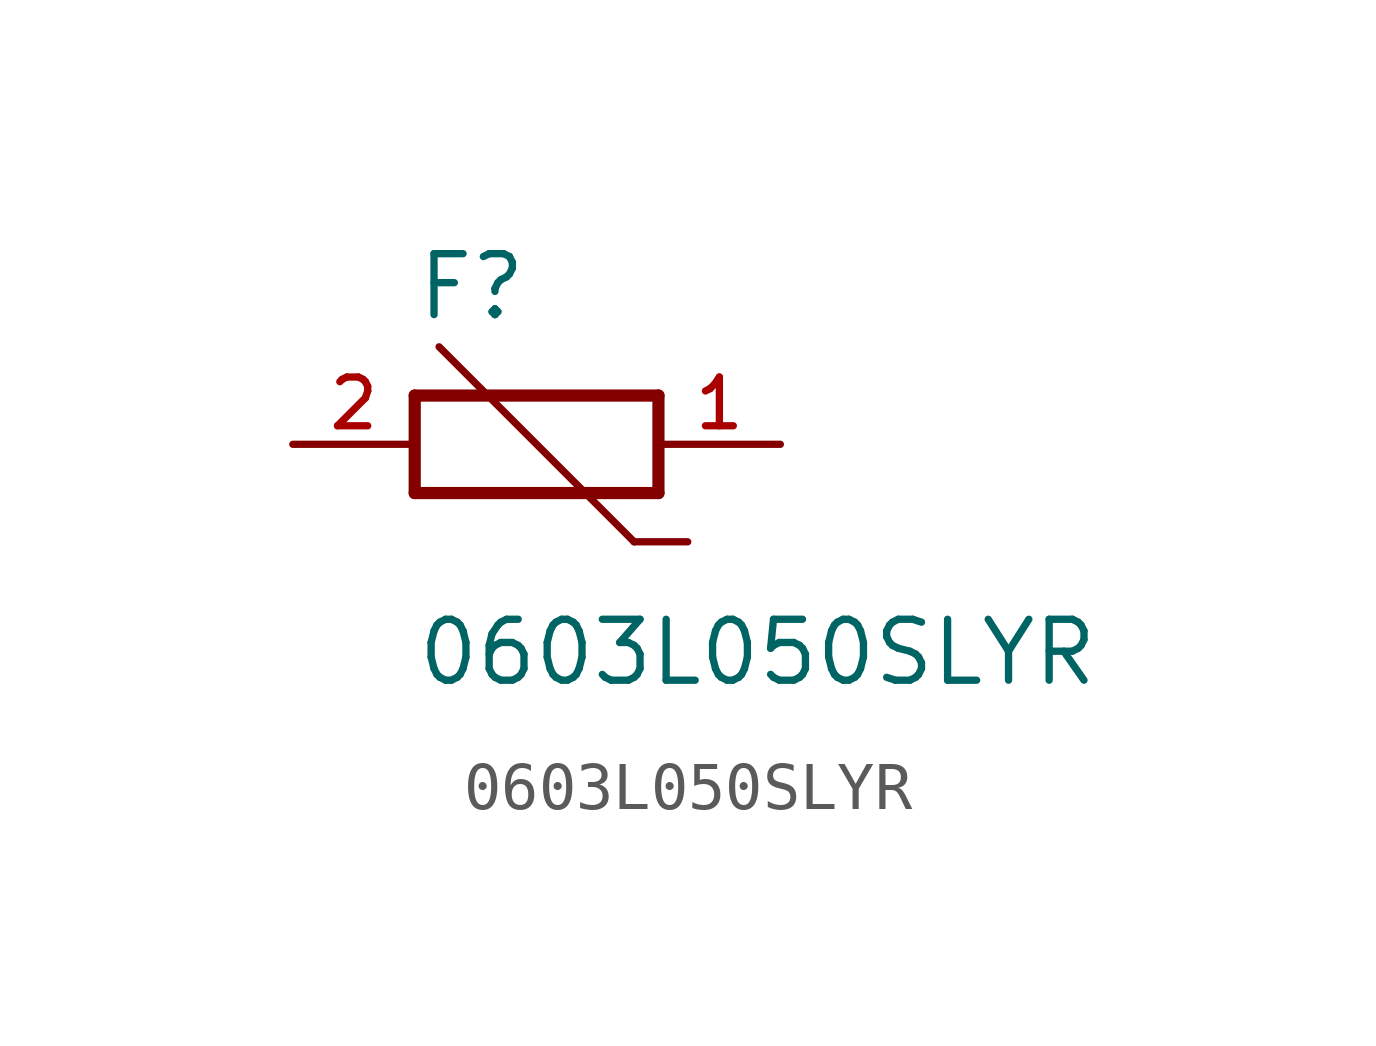
<source format=kicad_sym>
(kicad_symbol_lib
  (version 20211014)
  (generator kicad_symbol_editor)
  (symbol "0603L050SLYR"
    (pin_names
      (offset 1.016))
    (property "Reference" "F"
      (at -2.54 2.54 0)
      (effects (font (size 1.27 1.27)) (justify bottom left)))
    (property "Value" "0603L050SLYR"
      (at -2.54 -5.08 0)
      (effects (font (size 1.27 1.27)) (justify bottom left)))
    (symbol "0603L050SLYR_0_0"
      (polyline (pts (xy 2.54 1.016) (xy 2.54 -1.016)) (stroke (width 0.254)))
      (polyline (pts (xy 2.54 -1.016) (xy -2.54 -1.016)) (stroke (width 0.254)))
      (polyline (pts (xy -2.54 -1.016) (xy -2.54 1.016)) (stroke (width 0.254)))
      (polyline (pts (xy -2.54 1.016) (xy 2.54 1.016)) (stroke (width 0.254)))
      (polyline (pts (xy 3.15 -2.032) (xy 2.032 -2.032)) (stroke (width 0.152)))
      (polyline (pts (xy 2.032 -2.032) (xy -2.032 2.032)) (stroke (width 0.152)))
      (pin passive line (at 5.08 0.0 180.0) (length 2.54) (name "~" (effects (font (size 1.016 1.016)))) (number "1" (effects (font (size 1.016 1.016)))))
      (pin passive line (at -5.08 0.0 0) (length 2.54) (name "~" (effects (font (size 1.016 1.016)))) (number "2" (effects (font (size 1.016 1.016))))))))
</source>
